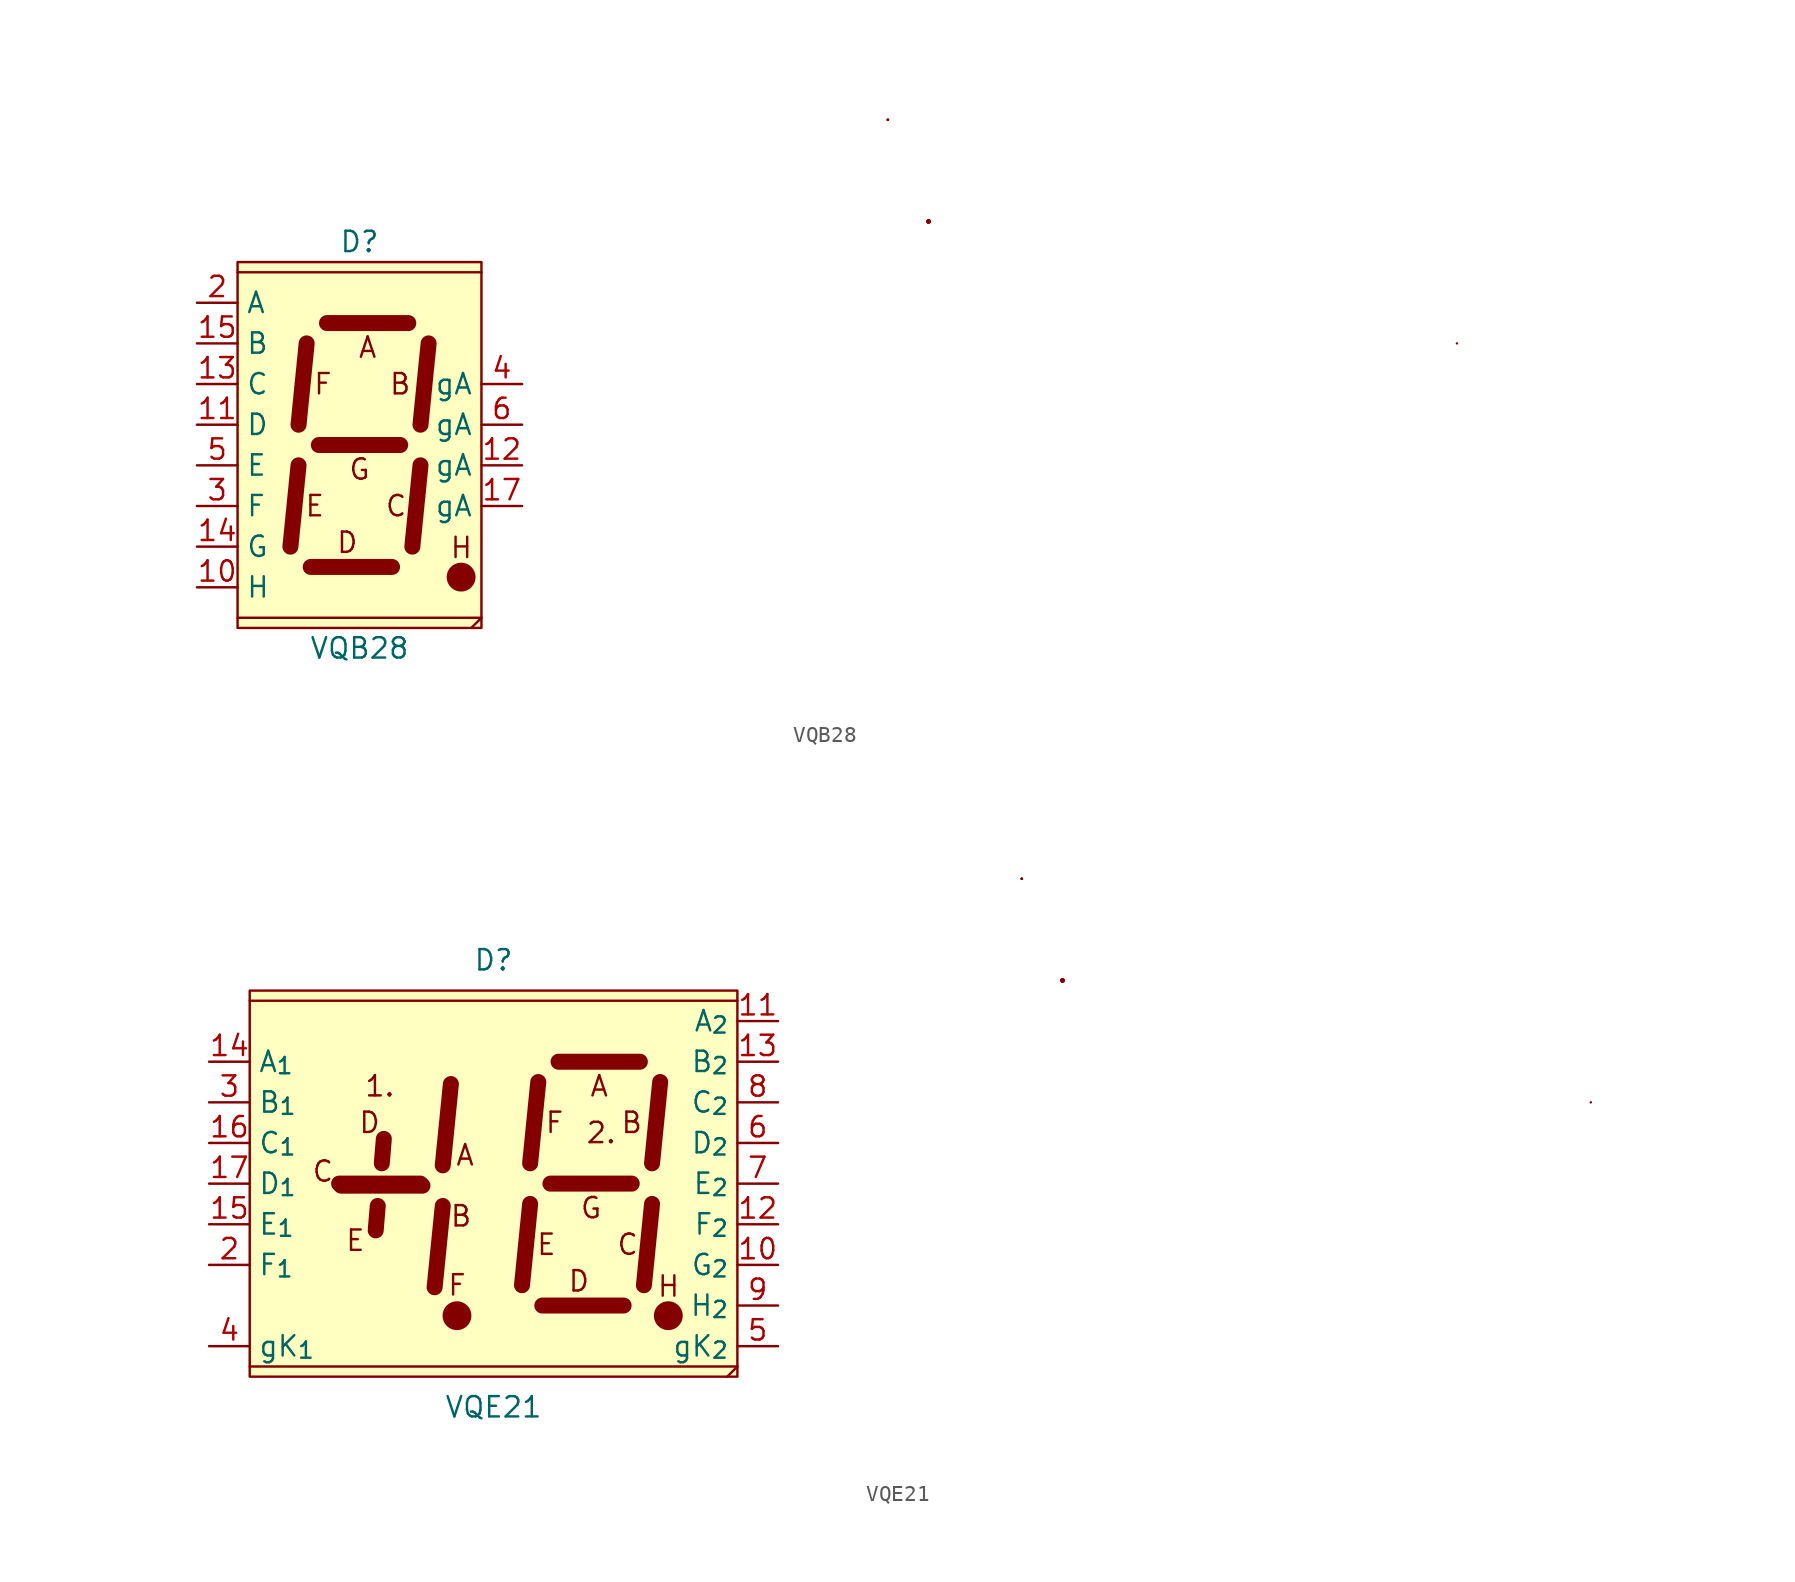
<source format=kicad_sym>
(kicad_symbol_lib
  (version 20211014)
  (generator kicad_symbol_editor)
  (symbol "VQB28"
    (property "Reference" "D"
      (at 0 12.7 0)
      (effects (font (size 1.27 1.27))))
    (property "Value" "VQB28"
      (at 0 -12.7 0)
      (effects (font (size 1.27 1.27))))
    (symbol "VQB28_0_0"
      (polyline (pts (xy 68.58 6.35) (xy 68.58 6.35)) (stroke (width 0.152) (type default) (color 0 0 0 0)) (fill (type none)))
      (circle (center 35.56 13.97) (radius 0.0001) (stroke (width 0.152) (type default) (color 0 0 0 0)) (fill (type none)))
      (circle (center 35.56 13.97) (radius 0.0001) (stroke (width 0.152) (type default) (color 0 0 0 0)) (fill (type none)))
      (text "A" (at 0.508 6.096 0) (effects (font (size 1.27 1.27))))
      (text "B" (at 2.54 3.81 0) (effects (font (size 1.27 1.27))))
      (text "C" (at 2.286 -3.81 0) (effects (font (size 1.27 1.27))))
      (text "D" (at -0.762 -6.096 0) (effects (font (size 1.27 1.27))))
      (text "E" (at -2.794 -3.81 0) (effects (font (size 1.27 1.27))))
      (text "F" (at -2.286 3.81 0) (effects (font (size 1.27 1.27))))
      (text "G" (at 0 -1.524 0) (effects (font (size 1.27 1.27))))
      (text "H" (at 6.365 -6.421 0) (effects (font (size 1.27 1.27)))))
    (symbol "VQB28_0_1"
      (rectangle (start -7.62 11.43) (end 7.62 -11.43) (stroke (width 0.152) (type default) (color 0 0 0 0)) (fill (type background)))
      (polyline (pts (xy -7.62 -10.795) (xy 7.62 -10.795)) (stroke (width 0.152) (type default) (color 0 0 0 0)) (fill (type none)))
      (polyline (pts (xy -7.62 10.795) (xy 7.62 10.795)) (stroke (width 0.152) (type default) (color 0 0 0 0)) (fill (type none)))
      (polyline (pts (xy -3.81 -1.27) (xy -4.318 -6.35)) (stroke (width 1) (type default) (color 0 0 0 0)) (fill (type none)))
      (polyline (pts (xy -3.302 6.35) (xy -3.81 1.27)) (stroke (width 1) (type default) (color 0 0 0 0)) (fill (type none)))
      (polyline (pts (xy -3.048 -7.62) (xy 2.032 -7.62)) (stroke (width 1) (type default) (color 0 0 0 0)) (fill (type none)))
      (polyline (pts (xy -2.54 0) (xy 2.54 0)) (stroke (width 1) (type default) (color 0 0 0 0)) (fill (type none)))
      (polyline (pts (xy -2.032 7.62) (xy 3.048 7.62)) (stroke (width 1) (type default) (color 0 0 0 0)) (fill (type none)))
      (polyline (pts (xy 3.81 -1.27) (xy 3.302 -6.35)) (stroke (width 1) (type default) (color 0 0 0 0)) (fill (type none)))
      (polyline (pts (xy 4.318 6.35) (xy 3.81 1.27)) (stroke (width 1) (type default) (color 0 0 0 0)) (fill (type none)))
      (polyline (pts (xy 7.62 -10.795) (xy 6.985 -11.43)) (stroke (width 0.152) (type default) (color 0 0 0 0)) (fill (type none)))
      (circle (center 6.35 -8.255) (radius 0.827) (stroke (width 0.152) (type default) (color 0 0 0 0)) (fill (type outline)))
      (rectangle (start 33.02 20.32) (end 33.02 20.32) (stroke (width 0.152) (type default) (color 0 0 0 0)) (fill (type none)))
      (rectangle (start 33.02 20.32) (end 33.02 20.32) (stroke (width 0.152) (type default) (color 0 0 0 0)) (fill (type none)))
      (rectangle (start 33.02 20.32) (end 33.02 20.32) (stroke (width 0.152) (type default) (color 0 0 0 0)) (fill (type none)))
      (rectangle (start 33.02 20.32) (end 33.02 20.32) (stroke (width 0.152) (type default) (color 0 0 0 0)) (fill (type none)))
      (rectangle (start 33.02 20.32) (end 33.02 20.32) (stroke (width 0.152) (type default) (color 0 0 0 0)) (fill (type none))))
    (symbol "VQB28_1_1"
      (pin passive line (at -10.16 -8.89 0) (length 2.54) (name "H" (effects (font (size 1.27 1.27)))) (number "10" (effects (font (size 1.27 1.27)))))
      (pin passive line (at -10.16 1.27 0) (length 2.54) (name "D" (effects (font (size 1.27 1.27)))) (number "11" (effects (font (size 1.27 1.27)))))
      (pin passive line (at 10.16 -1.27 180) (length 2.54) (name "gA" (effects (font (size 1.27 1.27)))) (number "12" (effects (font (size 1.27 1.27)))))
      (pin passive line (at -10.16 3.81 0) (length 2.54) (name "C" (effects (font (size 1.27 1.27)))) (number "13" (effects (font (size 1.27 1.27)))))
      (pin passive line (at -10.16 -6.35 0) (length 2.54) (name "G" (effects (font (size 1.27 1.27)))) (number "14" (effects (font (size 1.27 1.27)))))
      (pin passive line (at -10.16 6.35 0) (length 2.54) (name "B" (effects (font (size 1.27 1.27)))) (number "15" (effects (font (size 1.27 1.27)))))
      (pin passive line (at 10.16 -3.81 180) (length 2.54) (name "gA" (effects (font (size 1.27 1.27)))) (number "17" (effects (font (size 1.27 1.27)))))
      (pin passive line (at -10.16 8.89 0) (length 2.54) (name "A" (effects (font (size 1.27 1.27)))) (number "2" (effects (font (size 1.27 1.27)))))
      (pin passive line (at -10.16 -3.81 0) (length 2.54) (name "F" (effects (font (size 1.27 1.27)))) (number "3" (effects (font (size 1.27 1.27)))))
      (pin passive line (at 10.16 3.81 180) (length 2.54) (name "gA" (effects (font (size 1.27 1.27)))) (number "4" (effects (font (size 1.27 1.27)))))
      (pin passive line (at -10.16 -1.27 0) (length 2.54) (name "E" (effects (font (size 1.27 1.27)))) (number "5" (effects (font (size 1.27 1.27)))))
      (pin passive line (at 10.16 1.27 180) (length 2.54) (name "gA" (effects (font (size 1.27 1.27)))) (number "6" (effects (font (size 1.27 1.27)))))))
  (symbol "VQE21"
    (property "Reference" "D"
      (at 0 15.24 0)
      (effects (font (size 1.27 1.27))))
    (property "Value" "VQE21"
      (at 0 -12.7 0)
      (effects (font (size 1.27 1.27))))
    (symbol "VQE21_0_0"
      (polyline (pts (xy -7.366 -1.651) (xy -7.239 -0.127)) (stroke (width 1) (type default) (color 0 0 0 0)) (fill (type none)))
      (polyline (pts (xy -6.985 2.54) (xy -6.858 4.064)) (stroke (width 1) (type default) (color 0 0 0 0)) (fill (type none)))
      (polyline (pts (xy 68.58 6.35) (xy 68.58 6.35)) (stroke (width 0.152) (type default) (color 0 0 0 0)) (fill (type none)))
      (circle (center 35.56 13.97) (radius 0.0001) (stroke (width 0.152) (type default) (color 0 0 0 0)) (fill (type none)))
      (circle (center 35.56 13.97) (radius 0.0001) (stroke (width 0.152) (type default) (color 0 0 0 0)) (fill (type none)))
      (text "1." (at -7.112 7.366 0) (effects (font (size 1.27 1.27))))
      (text "2." (at 6.731 4.445 0) (effects (font (size 1.27 1.27))))
      (text "A" (at -1.778 3.048 0) (effects (font (size 1.27 1.27))))
      (text "A" (at 6.604 7.366 0) (effects (font (size 1.27 1.27))))
      (text "B" (at -2.032 -0.762 0) (effects (font (size 1.27 1.27))))
      (text "B" (at 8.636 5.08 0) (effects (font (size 1.27 1.27))))
      (text "C" (at -10.668 2.032 0) (effects (font (size 1.27 1.27))))
      (text "C" (at 8.382 -2.54 0) (effects (font (size 1.27 1.27))))
      (text "D" (at -7.747 5.08 0) (effects (font (size 1.27 1.27))))
      (text "D" (at 5.334 -4.826 0) (effects (font (size 1.27 1.27))))
      (text "E" (at -8.636 -2.286 0) (effects (font (size 1.27 1.27))))
      (text "E" (at 3.302 -2.54 0) (effects (font (size 1.27 1.27))))
      (text "F" (at -2.286 -5.08 0) (effects (font (size 1.27 1.27))))
      (text "F" (at 3.81 5.08 0) (effects (font (size 1.27 1.27))))
      (text "G" (at 6.096 -0.254 0) (effects (font (size 1.27 1.27))))
      (text "H" (at 10.937 -5.151 0) (effects (font (size 1.27 1.27)))))
    (symbol "VQE21_0_1"
      (rectangle (start -15.24 13.335) (end 15.24 -10.795) (stroke (width 0.152) (type default) (color 0 0 0 0)) (fill (type background)))
      (circle (center -2.286 -6.985) (radius 0.827) (stroke (width 0.152) (type default) (color 0 0 0 0)) (fill (type outline)))
      (polyline (pts (xy -15.24 -10.16) (xy 15.24 -10.16)) (stroke (width 0.152) (type default) (color 0 0 0 0)) (fill (type none)))
      (polyline (pts (xy -15.24 12.7) (xy 15.24 12.7)) (stroke (width 0.152) (type default) (color 0 0 0 0)) (fill (type none)))
      (polyline (pts (xy -9.652 1.27) (xy -4.572 1.27)) (stroke (width 1) (type default) (color 0 0 0 0)) (fill (type none)))
      (polyline (pts (xy -9.525 1.143) (xy -4.445 1.143)) (stroke (width 1) (type default) (color 0 0 0 0)) (fill (type none)))
      (polyline (pts (xy -3.175 -0.127) (xy -3.683 -5.207)) (stroke (width 1) (type default) (color 0 0 0 0)) (fill (type none)))
      (polyline (pts (xy -2.667 7.493) (xy -3.175 2.413)) (stroke (width 1) (type default) (color 0 0 0 0)) (fill (type none)))
      (polyline (pts (xy 2.286 0) (xy 1.778 -5.08)) (stroke (width 1) (type default) (color 0 0 0 0)) (fill (type none)))
      (polyline (pts (xy 2.794 7.62) (xy 2.286 2.54)) (stroke (width 1) (type default) (color 0 0 0 0)) (fill (type none)))
      (polyline (pts (xy 3.048 -6.35) (xy 8.128 -6.35)) (stroke (width 1) (type default) (color 0 0 0 0)) (fill (type none)))
      (polyline (pts (xy 3.556 1.27) (xy 8.636 1.27)) (stroke (width 1) (type default) (color 0 0 0 0)) (fill (type none)))
      (polyline (pts (xy 4.064 8.89) (xy 9.144 8.89)) (stroke (width 1) (type default) (color 0 0 0 0)) (fill (type none)))
      (polyline (pts (xy 9.906 0) (xy 9.398 -5.08)) (stroke (width 1) (type default) (color 0 0 0 0)) (fill (type none)))
      (polyline (pts (xy 10.414 7.62) (xy 9.906 2.54)) (stroke (width 1) (type default) (color 0 0 0 0)) (fill (type none)))
      (polyline (pts (xy 15.24 -10.16) (xy 14.605 -10.795)) (stroke (width 0.152) (type default) (color 0 0 0 0)) (fill (type none)))
      (circle (center 10.922 -6.985) (radius 0.827) (stroke (width 0.152) (type default) (color 0 0 0 0)) (fill (type outline)))
      (rectangle (start 33.02 20.32) (end 33.02 20.32) (stroke (width 0.152) (type default) (color 0 0 0 0)) (fill (type none)))
      (rectangle (start 33.02 20.32) (end 33.02 20.32) (stroke (width 0.152) (type default) (color 0 0 0 0)) (fill (type none)))
      (rectangle (start 33.02 20.32) (end 33.02 20.32) (stroke (width 0.152) (type default) (color 0 0 0 0)) (fill (type none)))
      (rectangle (start 33.02 20.32) (end 33.02 20.32) (stroke (width 0.152) (type default) (color 0 0 0 0)) (fill (type none)))
      (rectangle (start 33.02 20.32) (end 33.02 20.32) (stroke (width 0.152) (type default) (color 0 0 0 0)) (fill (type none))))
    (symbol "VQE21_1_1"
      (pin no_connect line (at -17.78 11.43 0) (length 2.54) hide (name "nb" (effects (font (size 1.27 1.27)))) (number "1" (effects (font (size 1.27 1.27)))))
      (pin passive line (at 17.78 -3.81 180) (length 2.54) (name "G_{2}" (effects (font (size 1.27 1.27)))) (number "10" (effects (font (size 1.27 1.27)))))
      (pin passive line (at 17.78 11.43 180) (length 2.54) (name "A_{2}" (effects (font (size 1.27 1.27)))) (number "11" (effects (font (size 1.27 1.27)))))
      (pin passive line (at 17.78 -1.27 180) (length 2.54) (name "F_{2}" (effects (font (size 1.27 1.27)))) (number "12" (effects (font (size 1.27 1.27)))))
      (pin passive line (at 17.78 8.89 180) (length 2.54) (name "B_{2}" (effects (font (size 1.27 1.27)))) (number "13" (effects (font (size 1.27 1.27)))))
      (pin passive line (at -17.78 8.89 0) (length 2.54) (name "A_{1}" (effects (font (size 1.27 1.27)))) (number "14" (effects (font (size 1.27 1.27)))))
      (pin passive line (at -17.78 -1.27 0) (length 2.54) (name "E_{1}" (effects (font (size 1.27 1.27)))) (number "15" (effects (font (size 1.27 1.27)))))
      (pin passive line (at -17.78 3.81 0) (length 2.54) (name "C_{1}" (effects (font (size 1.27 1.27)))) (number "16" (effects (font (size 1.27 1.27)))))
      (pin passive line (at -17.78 1.27 0) (length 2.54) (name "D_{1}" (effects (font (size 1.27 1.27)))) (number "17" (effects (font (size 1.27 1.27)))))
      (pin no_connect line (at -17.78 -6.35 0) (length 2.54) hide (name "nb" (effects (font (size 1.27 1.27)))) (number "18" (effects (font (size 1.27 1.27)))))
      (pin passive line (at -17.78 -3.81 0) (length 2.54) (name "F_{1}" (effects (font (size 1.27 1.27)))) (number "2" (effects (font (size 1.27 1.27)))))
      (pin passive line (at -17.78 6.35 0) (length 2.54) (name "B_{1}" (effects (font (size 1.27 1.27)))) (number "3" (effects (font (size 1.27 1.27)))))
      (pin passive line (at -17.78 -8.89 0) (length 2.54) (name "gK_{1}" (effects (font (size 1.27 1.27)))) (number "4" (effects (font (size 1.27 1.27)))))
      (pin passive line (at 17.78 -8.89 180) (length 2.54) (name "gK_{2}" (effects (font (size 1.27 1.27)))) (number "5" (effects (font (size 1.27 1.27)))))
      (pin passive line (at 17.78 3.81 180) (length 2.54) (name "D_{2}" (effects (font (size 1.27 1.27)))) (number "6" (effects (font (size 1.27 1.27)))))
      (pin passive line (at 17.78 1.27 180) (length 2.54) (name "E_{2}" (effects (font (size 1.27 1.27)))) (number "7" (effects (font (size 1.27 1.27)))))
      (pin passive line (at 17.78 6.35 180) (length 2.54) (name "C_{2}" (effects (font (size 1.27 1.27)))) (number "8" (effects (font (size 1.27 1.27)))))
      (pin passive line (at 17.78 -6.35 180) (length 2.54) (name "H_{2}" (effects (font (size 1.27 1.27)))) (number "9" (effects (font (size 1.27 1.27))))))))
</source>
